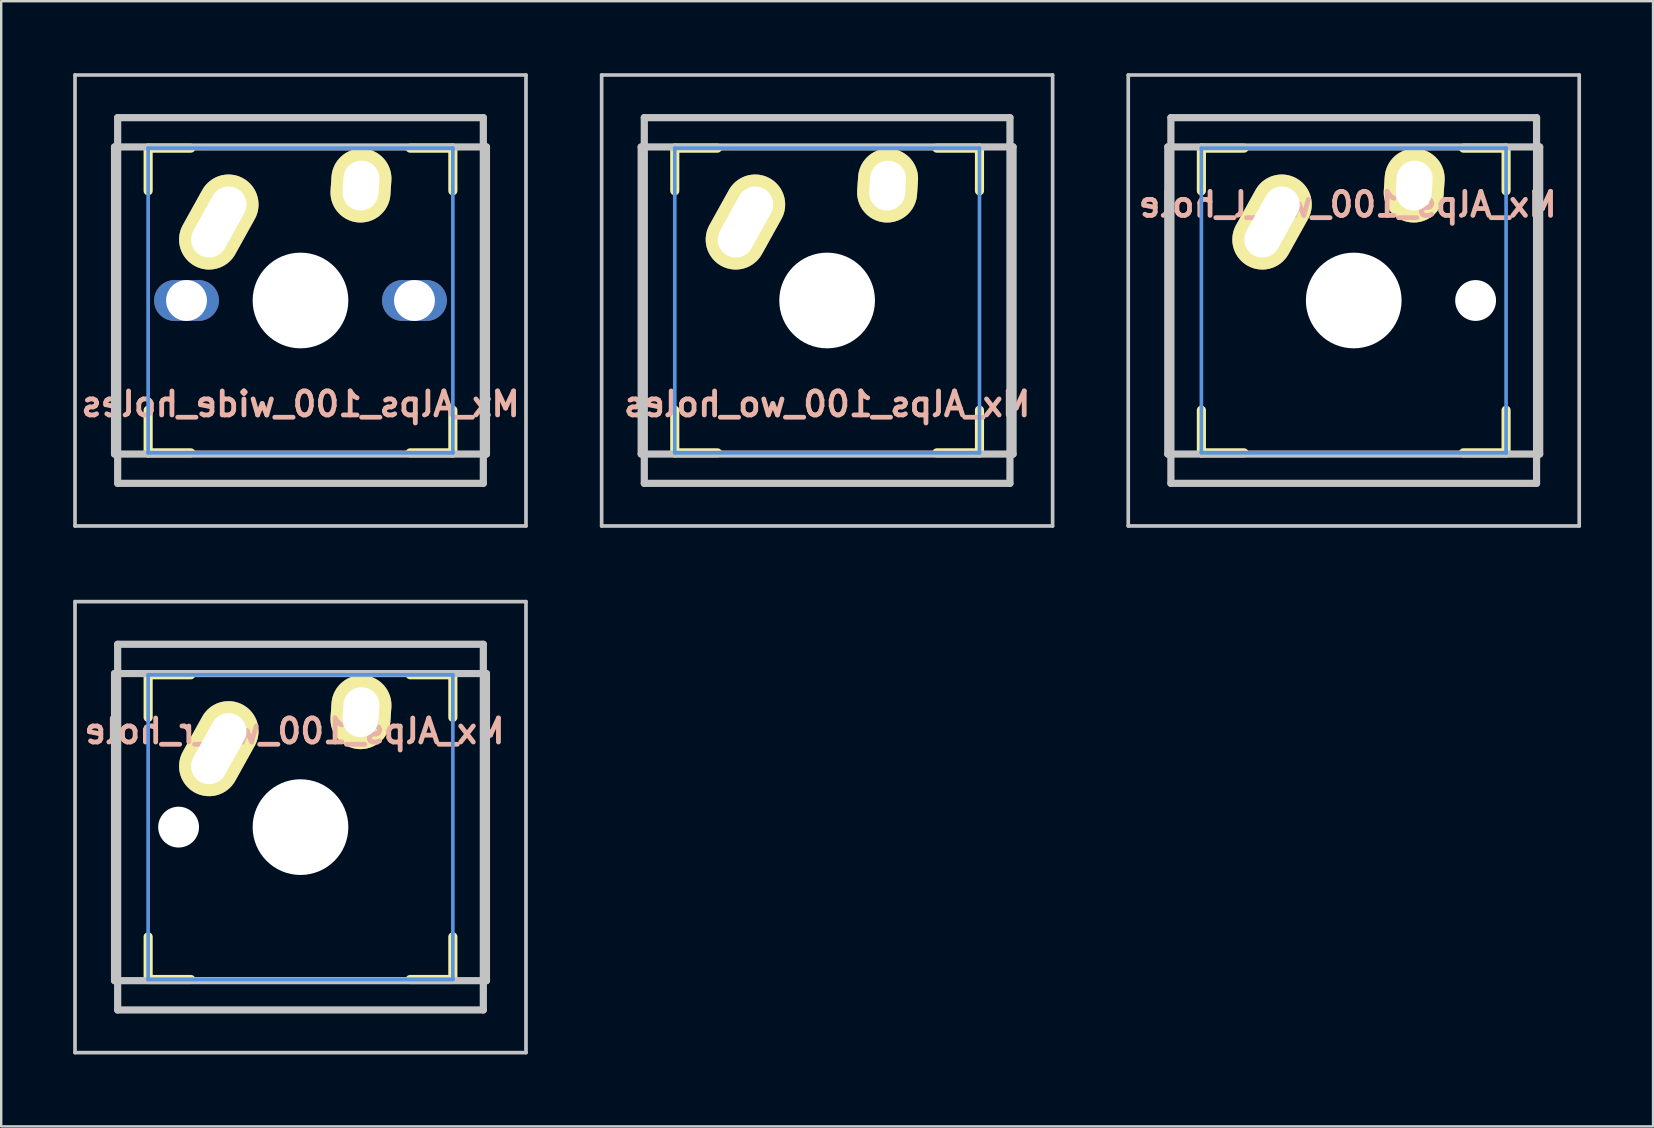
<source format=kicad_pcb>
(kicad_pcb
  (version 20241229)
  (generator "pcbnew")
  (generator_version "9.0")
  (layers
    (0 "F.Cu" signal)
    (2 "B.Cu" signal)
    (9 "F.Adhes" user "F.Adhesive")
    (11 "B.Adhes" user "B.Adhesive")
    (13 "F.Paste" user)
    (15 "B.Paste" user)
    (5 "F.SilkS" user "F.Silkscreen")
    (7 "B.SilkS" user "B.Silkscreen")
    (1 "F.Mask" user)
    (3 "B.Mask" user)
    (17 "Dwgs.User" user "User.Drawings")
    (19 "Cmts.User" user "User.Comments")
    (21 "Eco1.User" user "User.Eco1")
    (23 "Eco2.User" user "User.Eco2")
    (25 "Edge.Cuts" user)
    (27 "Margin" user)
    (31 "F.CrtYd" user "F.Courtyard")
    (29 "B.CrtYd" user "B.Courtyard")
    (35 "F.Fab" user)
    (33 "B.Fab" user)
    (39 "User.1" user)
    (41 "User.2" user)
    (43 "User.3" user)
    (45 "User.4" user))
  (footprint "Mx_Alps_100_wo_l_hole"
    (layer "F.Cu")
    (at 53.371 9.474)
    (property "Reference" "Mx_Alps_100_wo_l_hole" (at -0.25 -4 0) (layer "B.SilkS") (effects (font (size 1 1) (thickness 0.2)) (justify mirror)))
    (attr through_hole)
    (fp_line (start -6.35 -6.35) (end -4.572 -6.35) (stroke (width 0.381) (type solid)) (layer "F.SilkS"))
    (fp_line (start -6.35 -4.572) (end -6.35 -6.35) (stroke (width 0.381) (type solid)) (layer "F.SilkS"))
    (fp_line (start -6.35 6.35) (end -6.35 4.572) (stroke (width 0.381) (type solid)) (layer "F.SilkS"))
    (fp_line (start -4.572 6.35) (end -6.35 6.35) (stroke (width 0.381) (type solid)) (layer "F.SilkS"))
    (fp_line (start 4.572 -6.35) (end 6.35 -6.35) (stroke (width 0.381) (type solid)) (layer "F.SilkS"))
    (fp_line (start 6.35 -6.35) (end 6.35 -4.572) (stroke (width 0.381) (type solid)) (layer "F.SilkS"))
    (fp_line (start 6.35 4.572) (end 6.35 6.35) (stroke (width 0.381) (type solid)) (layer "F.SilkS"))
    (fp_line (start 6.35 6.35) (end 4.572 6.35) (stroke (width 0.381) (type solid)) (layer "F.SilkS"))
    (fp_line (start -9.398 -9.398) (end 9.398 -9.398) (stroke (width 0.152) (type solid)) (layer "Dwgs.User"))
    (fp_line (start -9.398 9.398) (end -9.398 -9.398) (stroke (width 0.152) (type solid)) (layer "Dwgs.User"))
    (fp_line (start -7.75 6.4) (end -7.75 -6.4) (stroke (width 0.3) (type solid)) (layer "Dwgs.User"))
    (fp_line (start -7.75 6.4) (end 7.75 6.4) (stroke (width 0.3) (type solid)) (layer "Dwgs.User"))
    (fp_line (start -7.62 -7.62) (end 7.62 -7.62) (stroke (width 0.3) (type solid)) (layer "Dwgs.User"))
    (fp_line (start -7.62 7.62) (end -7.62 -7.62) (stroke (width 0.3) (type solid)) (layer "Dwgs.User"))
    (fp_line (start 7.62 -7.62) (end 7.62 7.62) (stroke (width 0.3) (type solid)) (layer "Dwgs.User"))
    (fp_line (start 7.62 7.62) (end -7.62 7.62) (stroke (width 0.3) (type solid)) (layer "Dwgs.User"))
    (fp_line (start 7.75 -6.4) (end -7.75 -6.4) (stroke (width 0.3) (type solid)) (layer "Dwgs.User"))
    (fp_line (start 7.75 6.4) (end 7.75 -6.4) (stroke (width 0.3) (type solid)) (layer "Dwgs.User"))
    (fp_line (start 9.398 -9.398) (end 9.398 9.398) (stroke (width 0.152) (type solid)) (layer "Dwgs.User"))
    (fp_line (start 9.398 9.398) (end -9.398 9.398) (stroke (width 0.152) (type solid)) (layer "Dwgs.User"))
    (fp_line (start -6.35 -6.35) (end 6.35 -6.35) (stroke (width 0.152) (type solid)) (layer "Cmts.User"))
    (fp_line (start -6.35 6.35) (end -6.35 -6.35) (stroke (width 0.152) (type solid)) (layer "Cmts.User"))
    (fp_line (start 6.35 -6.35) (end 6.35 6.35) (stroke (width 0.152) (type solid)) (layer "Cmts.User"))
    (fp_line (start 6.35 6.35) (end -6.35 6.35) (stroke (width 0.152) (type solid)) (layer "Cmts.User"))
    (fp_line (start -6.985 -6.985) (end 6.985 -6.985) (stroke (width 0.152) (type solid)) (layer "Eco2.User"))
    (fp_line (start -6.985 6.985) (end -6.985 -6.985) (stroke (width 0.152) (type solid)) (layer "Eco2.User"))
    (fp_line (start 6.985 -6.985) (end 6.985 6.985) (stroke (width 0.152) (type solid)) (layer "Eco2.User"))
    (fp_line (start 6.985 6.985) (end -6.985 6.985) (stroke (width 0.152) (type solid)) (layer "Eco2.User"))
    (pad "" np_thru_hole circle (at 0 0) (size 3.988 3.988) (drill 3.988) (layers "*.Cu"))
    (pad "" np_thru_hole circle (at 5.08 0) (size 1.702 1.702) (drill 1.702) (layers "*.Cu"))
    (pad "1" thru_hole oval (at -3.405 -3.27 330.95) (size 2.5 4.17) (drill oval 1.5 3.17) (layers "*.Cu" "*.Mask" "F.SilkS"))
    (pad "2" thru_hole oval (at 2.52 -4.79 356.1) (size 2.5 3.08) (drill oval 1.5 2.08) (layers "*.Cu" "*.Mask" "F.SilkS")))
  (footprint "Mx_Alps_100_wide_holes"
    (layer "F.Cu")
    (at 9.474 9.474)
    (property "Reference" "Mx_Alps_100_wide_holes" (at 0 4.318 0) (layer "B.SilkS") (effects (font (size 1 1) (thickness 0.2)) (justify mirror)))
    (attr through_hole)
    (fp_line (start -6.35 -6.35) (end -4.572 -6.35) (stroke (width 0.381) (type solid)) (layer "F.SilkS"))
    (fp_line (start -6.35 -4.572) (end -6.35 -6.35) (stroke (width 0.381) (type solid)) (layer "F.SilkS"))
    (fp_line (start -6.35 6.35) (end -6.35 4.572) (stroke (width 0.381) (type solid)) (layer "F.SilkS"))
    (fp_line (start -4.572 6.35) (end -6.35 6.35) (stroke (width 0.381) (type solid)) (layer "F.SilkS"))
    (fp_line (start 4.572 -6.35) (end 6.35 -6.35) (stroke (width 0.381) (type solid)) (layer "F.SilkS"))
    (fp_line (start 6.35 -6.35) (end 6.35 -4.572) (stroke (width 0.381) (type solid)) (layer "F.SilkS"))
    (fp_line (start 6.35 4.572) (end 6.35 6.35) (stroke (width 0.381) (type solid)) (layer "F.SilkS"))
    (fp_line (start 6.35 6.35) (end 4.572 6.35) (stroke (width 0.381) (type solid)) (layer "F.SilkS"))
    (fp_line (start -9.398 -9.398) (end 9.398 -9.398) (stroke (width 0.152) (type solid)) (layer "Dwgs.User"))
    (fp_line (start -9.398 9.398) (end -9.398 -9.398) (stroke (width 0.152) (type solid)) (layer "Dwgs.User"))
    (fp_line (start -7.75 6.4) (end -7.75 -6.4) (stroke (width 0.3) (type solid)) (layer "Dwgs.User"))
    (fp_line (start -7.75 6.4) (end 7.75 6.4) (stroke (width 0.3) (type solid)) (layer "Dwgs.User"))
    (fp_line (start -7.62 -7.62) (end 7.62 -7.62) (stroke (width 0.3) (type solid)) (layer "Dwgs.User"))
    (fp_line (start -7.62 7.62) (end -7.62 -7.62) (stroke (width 0.3) (type solid)) (layer "Dwgs.User"))
    (fp_line (start 7.62 -7.62) (end 7.62 7.62) (stroke (width 0.3) (type solid)) (layer "Dwgs.User"))
    (fp_line (start 7.62 7.62) (end -7.62 7.62) (stroke (width 0.3) (type solid)) (layer "Dwgs.User"))
    (fp_line (start 7.75 -6.4) (end -7.75 -6.4) (stroke (width 0.3) (type solid)) (layer "Dwgs.User"))
    (fp_line (start 7.75 6.4) (end 7.75 -6.4) (stroke (width 0.3) (type solid)) (layer "Dwgs.User"))
    (fp_line (start 9.398 -9.398) (end 9.398 9.398) (stroke (width 0.152) (type solid)) (layer "Dwgs.User"))
    (fp_line (start 9.398 9.398) (end -9.398 9.398) (stroke (width 0.152) (type solid)) (layer "Dwgs.User"))
    (fp_line (start -6.35 -6.35) (end 6.35 -6.35) (stroke (width 0.152) (type solid)) (layer "Cmts.User"))
    (fp_line (start -6.35 6.35) (end -6.35 -6.35) (stroke (width 0.152) (type solid)) (layer "Cmts.User"))
    (fp_line (start 6.35 -6.35) (end 6.35 6.35) (stroke (width 0.152) (type solid)) (layer "Cmts.User"))
    (fp_line (start 6.35 6.35) (end -6.35 6.35) (stroke (width 0.152) (type solid)) (layer "Cmts.User"))
    (fp_line (start -6.985 -6.985) (end 6.985 -6.985) (stroke (width 0.152) (type solid)) (layer "Eco2.User"))
    (fp_line (start -6.985 6.985) (end -6.985 -6.985) (stroke (width 0.152) (type solid)) (layer "Eco2.User"))
    (fp_line (start 6.985 -6.985) (end 6.985 6.985) (stroke (width 0.152) (type solid)) (layer "Eco2.User"))
    (fp_line (start 6.985 6.985) (end -6.985 6.985) (stroke (width 0.152) (type solid)) (layer "Eco2.User"))
    (pad "" np_thru_hole oval (at -4.75 0) (size 2.702 1.702) (drill 1.702) (layers "*.Cu"))
    (pad "" np_thru_hole circle (at 0 0) (size 3.988 3.988) (drill 3.988) (layers "*.Cu"))
    (pad "" np_thru_hole oval (at 4.75 0) (size 2.702 1.702) (drill 1.702) (layers "*.Cu"))
    (pad "1" thru_hole oval (at -3.405 -3.27 330.95) (size 2.5 4.17) (drill oval 1.5 3.17) (layers "*.Cu" "*.Mask" "F.SilkS"))
    (pad "2" thru_hole oval (at 2.52 -4.79 356.1) (size 2.5 3.08) (drill oval 1.5 2.08) (layers "*.Cu" "*.Mask" "F.SilkS")))
  (footprint "Mx_Alps_100_wo_r_hole"
    (layer "F.Cu")
    (at 9.474 31.423)
    (property "Reference" "Mx_Alps_100_wo_r_hole" (at -0.25 -4 0) (layer "B.SilkS") (effects (font (size 1 1) (thickness 0.2)) (justify mirror)))
    (attr through_hole)
    (fp_line (start -6.35 -6.35) (end -4.572 -6.35) (stroke (width 0.381) (type solid)) (layer "F.SilkS"))
    (fp_line (start -6.35 -4.572) (end -6.35 -6.35) (stroke (width 0.381) (type solid)) (layer "F.SilkS"))
    (fp_line (start -6.35 6.35) (end -6.35 4.572) (stroke (width 0.381) (type solid)) (layer "F.SilkS"))
    (fp_line (start -4.572 6.35) (end -6.35 6.35) (stroke (width 0.381) (type solid)) (layer "F.SilkS"))
    (fp_line (start 4.572 -6.35) (end 6.35 -6.35) (stroke (width 0.381) (type solid)) (layer "F.SilkS"))
    (fp_line (start 6.35 -6.35) (end 6.35 -4.572) (stroke (width 0.381) (type solid)) (layer "F.SilkS"))
    (fp_line (start 6.35 4.572) (end 6.35 6.35) (stroke (width 0.381) (type solid)) (layer "F.SilkS"))
    (fp_line (start 6.35 6.35) (end 4.572 6.35) (stroke (width 0.381) (type solid)) (layer "F.SilkS"))
    (fp_line (start -9.398 -9.398) (end 9.398 -9.398) (stroke (width 0.152) (type solid)) (layer "Dwgs.User"))
    (fp_line (start -9.398 9.398) (end -9.398 -9.398) (stroke (width 0.152) (type solid)) (layer "Dwgs.User"))
    (fp_line (start -7.75 6.4) (end -7.75 -6.4) (stroke (width 0.3) (type solid)) (layer "Dwgs.User"))
    (fp_line (start -7.75 6.4) (end 7.75 6.4) (stroke (width 0.3) (type solid)) (layer "Dwgs.User"))
    (fp_line (start -7.62 -7.62) (end 7.62 -7.62) (stroke (width 0.3) (type solid)) (layer "Dwgs.User"))
    (fp_line (start -7.62 7.62) (end -7.62 -7.62) (stroke (width 0.3) (type solid)) (layer "Dwgs.User"))
    (fp_line (start 7.62 -7.62) (end 7.62 7.62) (stroke (width 0.3) (type solid)) (layer "Dwgs.User"))
    (fp_line (start 7.62 7.62) (end -7.62 7.62) (stroke (width 0.3) (type solid)) (layer "Dwgs.User"))
    (fp_line (start 7.75 -6.4) (end -7.75 -6.4) (stroke (width 0.3) (type solid)) (layer "Dwgs.User"))
    (fp_line (start 7.75 6.4) (end 7.75 -6.4) (stroke (width 0.3) (type solid)) (layer "Dwgs.User"))
    (fp_line (start 9.398 -9.398) (end 9.398 9.398) (stroke (width 0.152) (type solid)) (layer "Dwgs.User"))
    (fp_line (start 9.398 9.398) (end -9.398 9.398) (stroke (width 0.152) (type solid)) (layer "Dwgs.User"))
    (fp_line (start -6.35 -6.35) (end 6.35 -6.35) (stroke (width 0.152) (type solid)) (layer "Cmts.User"))
    (fp_line (start -6.35 6.35) (end -6.35 -6.35) (stroke (width 0.152) (type solid)) (layer "Cmts.User"))
    (fp_line (start 6.35 -6.35) (end 6.35 6.35) (stroke (width 0.152) (type solid)) (layer "Cmts.User"))
    (fp_line (start 6.35 6.35) (end -6.35 6.35) (stroke (width 0.152) (type solid)) (layer "Cmts.User"))
    (fp_line (start -6.985 -6.985) (end 6.985 -6.985) (stroke (width 0.152) (type solid)) (layer "Eco2.User"))
    (fp_line (start -6.985 6.985) (end -6.985 -6.985) (stroke (width 0.152) (type solid)) (layer "Eco2.User"))
    (fp_line (start 6.985 -6.985) (end 6.985 6.985) (stroke (width 0.152) (type solid)) (layer "Eco2.User"))
    (fp_line (start 6.985 6.985) (end -6.985 6.985) (stroke (width 0.152) (type solid)) (layer "Eco2.User"))
    (pad "" np_thru_hole circle (at -5.08 0) (size 1.702 1.702) (drill 1.702) (layers "*.Cu"))
    (pad "" np_thru_hole circle (at 0 0) (size 3.988 3.988) (drill 3.988) (layers "*.Cu"))
    (pad "1" thru_hole oval (at -3.405 -3.27 330.95) (size 2.5 4.17) (drill oval 1.5 3.17) (layers "*.Cu" "*.Mask" "F.SilkS"))
    (pad "2" thru_hole oval (at 2.52 -4.79 356.1) (size 2.5 3.08) (drill oval 1.5 2.08) (layers "*.Cu" "*.Mask" "F.SilkS")))
  (footprint "Mx_Alps_100_wo_holes"
    (layer "F.Cu")
    (at 31.423 9.474)
    (property "Reference" "Mx_Alps_100_wo_holes" (at 0 4.318 0) (layer "B.SilkS") (effects (font (size 1 1) (thickness 0.2)) (justify mirror)))
    (attr through_hole)
    (fp_line (start -6.35 -6.35) (end -4.572 -6.35) (stroke (width 0.381) (type solid)) (layer "F.SilkS"))
    (fp_line (start -6.35 -4.572) (end -6.35 -6.35) (stroke (width 0.381) (type solid)) (layer "F.SilkS"))
    (fp_line (start -6.35 6.35) (end -6.35 4.572) (stroke (width 0.381) (type solid)) (layer "F.SilkS"))
    (fp_line (start -4.572 6.35) (end -6.35 6.35) (stroke (width 0.381) (type solid)) (layer "F.SilkS"))
    (fp_line (start 4.572 -6.35) (end 6.35 -6.35) (stroke (width 0.381) (type solid)) (layer "F.SilkS"))
    (fp_line (start 6.35 -6.35) (end 6.35 -4.572) (stroke (width 0.381) (type solid)) (layer "F.SilkS"))
    (fp_line (start 6.35 4.572) (end 6.35 6.35) (stroke (width 0.381) (type solid)) (layer "F.SilkS"))
    (fp_line (start 6.35 6.35) (end 4.572 6.35) (stroke (width 0.381) (type solid)) (layer "F.SilkS"))
    (fp_line (start -9.398 -9.398) (end 9.398 -9.398) (stroke (width 0.152) (type solid)) (layer "Dwgs.User"))
    (fp_line (start -9.398 9.398) (end -9.398 -9.398) (stroke (width 0.152) (type solid)) (layer "Dwgs.User"))
    (fp_line (start -7.75 6.4) (end -7.75 -6.4) (stroke (width 0.3) (type solid)) (layer "Dwgs.User"))
    (fp_line (start -7.75 6.4) (end 7.75 6.4) (stroke (width 0.3) (type solid)) (layer "Dwgs.User"))
    (fp_line (start -7.62 -7.62) (end 7.62 -7.62) (stroke (width 0.3) (type solid)) (layer "Dwgs.User"))
    (fp_line (start -7.62 7.62) (end -7.62 -7.62) (stroke (width 0.3) (type solid)) (layer "Dwgs.User"))
    (fp_line (start 7.62 -7.62) (end 7.62 7.62) (stroke (width 0.3) (type solid)) (layer "Dwgs.User"))
    (fp_line (start 7.62 7.62) (end -7.62 7.62) (stroke (width 0.3) (type solid)) (layer "Dwgs.User"))
    (fp_line (start 7.75 -6.4) (end -7.75 -6.4) (stroke (width 0.3) (type solid)) (layer "Dwgs.User"))
    (fp_line (start 7.75 6.4) (end 7.75 -6.4) (stroke (width 0.3) (type solid)) (layer "Dwgs.User"))
    (fp_line (start 9.398 -9.398) (end 9.398 9.398) (stroke (width 0.152) (type solid)) (layer "Dwgs.User"))
    (fp_line (start 9.398 9.398) (end -9.398 9.398) (stroke (width 0.152) (type solid)) (layer "Dwgs.User"))
    (fp_line (start -6.35 -6.35) (end 6.35 -6.35) (stroke (width 0.152) (type solid)) (layer "Cmts.User"))
    (fp_line (start -6.35 6.35) (end -6.35 -6.35) (stroke (width 0.152) (type solid)) (layer "Cmts.User"))
    (fp_line (start 6.35 -6.35) (end 6.35 6.35) (stroke (width 0.152) (type solid)) (layer "Cmts.User"))
    (fp_line (start 6.35 6.35) (end -6.35 6.35) (stroke (width 0.152) (type solid)) (layer "Cmts.User"))
    (fp_line (start -6.985 -6.985) (end 6.985 -6.985) (stroke (width 0.152) (type solid)) (layer "Eco2.User"))
    (fp_line (start -6.985 6.985) (end -6.985 -6.985) (stroke (width 0.152) (type solid)) (layer "Eco2.User"))
    (fp_line (start 6.985 -6.985) (end 6.985 6.985) (stroke (width 0.152) (type solid)) (layer "Eco2.User"))
    (fp_line (start 6.985 6.985) (end -6.985 6.985) (stroke (width 0.152) (type solid)) (layer "Eco2.User"))
    (pad "" np_thru_hole circle (at 0 0) (size 3.988 3.988) (drill 3.988) (layers "*.Cu"))
    (pad "1" thru_hole oval (at -3.405 -3.27 330.95) (size 2.5 4.17) (drill oval 1.5 3.17) (layers "*.Cu" "*.Mask" "F.SilkS"))
    (pad "2" thru_hole oval (at 2.52 -4.79 356.1) (size 2.5 3.08) (drill oval 1.5 2.08) (layers "*.Cu" "*.Mask" "F.SilkS")))
  (gr_rect
    (start -3 -3)
    (end 65.845 43.897)
    (stroke (width 0.1) (type default))
    (fill no)
    (layer "Edge.Cuts")))
</source>
